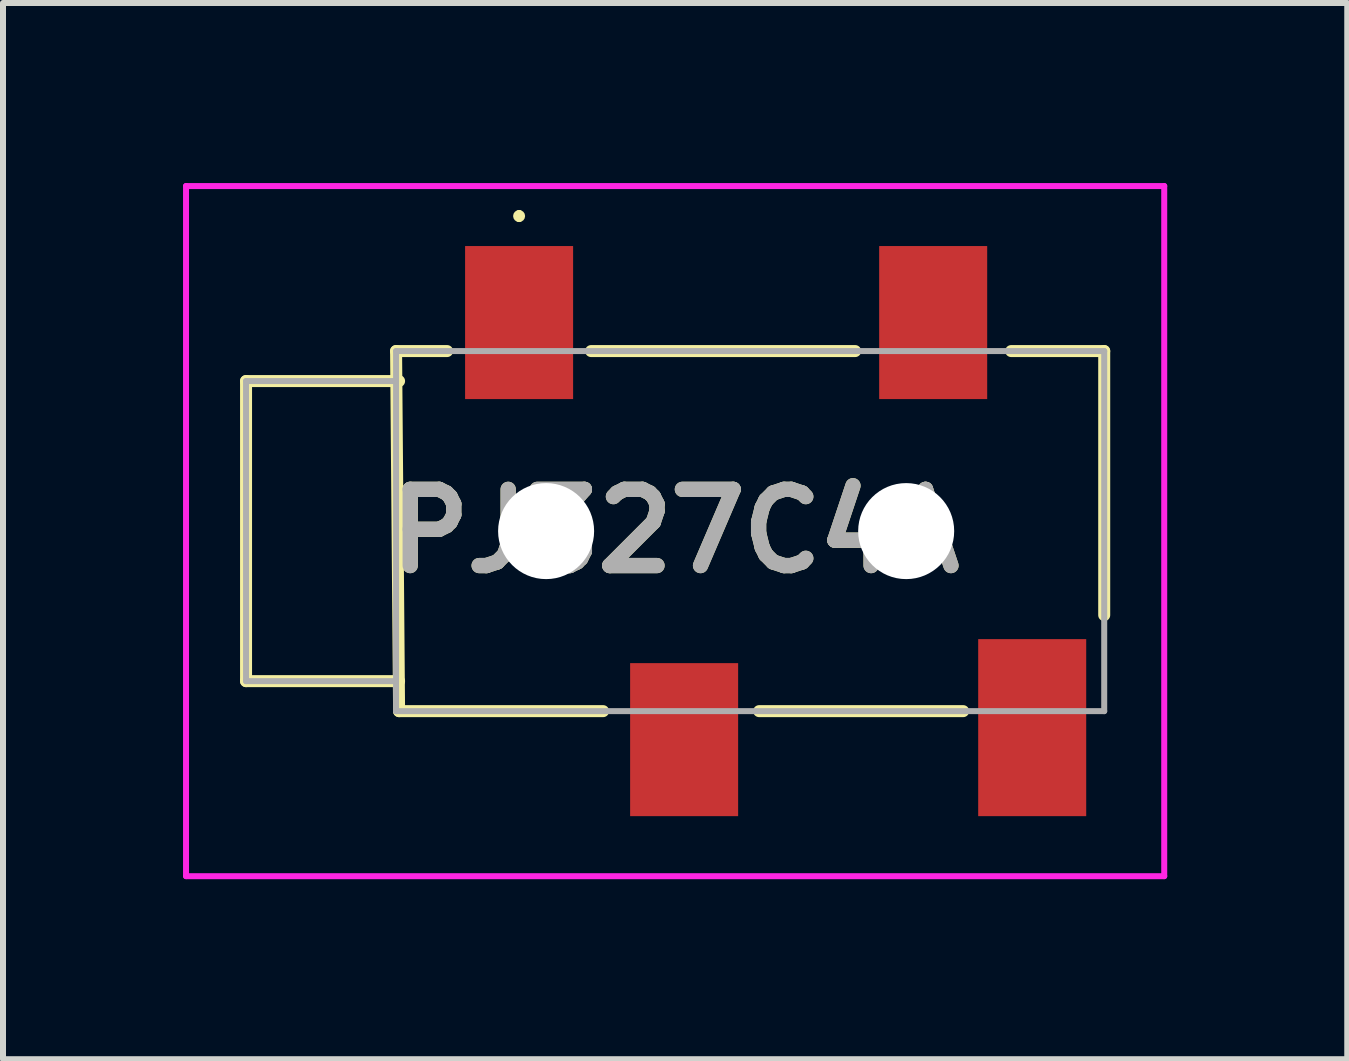
<source format=kicad_pcb>
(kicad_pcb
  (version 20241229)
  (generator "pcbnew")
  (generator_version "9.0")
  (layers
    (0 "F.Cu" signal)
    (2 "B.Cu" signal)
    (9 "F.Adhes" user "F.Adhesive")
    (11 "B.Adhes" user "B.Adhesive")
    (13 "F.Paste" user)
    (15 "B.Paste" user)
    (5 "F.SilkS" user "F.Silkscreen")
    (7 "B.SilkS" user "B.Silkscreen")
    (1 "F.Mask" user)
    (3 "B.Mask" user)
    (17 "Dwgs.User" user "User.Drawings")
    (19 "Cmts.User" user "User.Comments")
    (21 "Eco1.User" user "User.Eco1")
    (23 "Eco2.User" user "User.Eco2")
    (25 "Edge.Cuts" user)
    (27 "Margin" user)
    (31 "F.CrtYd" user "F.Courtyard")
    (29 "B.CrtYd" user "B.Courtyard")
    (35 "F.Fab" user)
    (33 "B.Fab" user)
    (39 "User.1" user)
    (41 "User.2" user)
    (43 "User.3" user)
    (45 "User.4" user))
  (footprint "PJ327C4A"
    (layer "F.Cu")
    (at 8.2 5.8)
    (property "Reference" "PJ327C4A" (at 0 0 0) (layer "F.SilkS") (effects (font (size 1.27 1.27) (thickness 0.254))))
    (attr through_hole)
    (fp_line (start -7.15 -2.5) (end -7.15 2.5) (stroke (width 0.2) (type solid)) (layer "F.SilkS"))
    (fp_line (start -7.15 2.5) (end -4.6 2.5) (stroke (width 0.2) (type solid)) (layer "F.SilkS"))
    (fp_line (start -4.65 -3) (end -3.8 -3) (stroke (width 0.2) (type solid)) (layer "F.SilkS"))
    (fp_line (start -4.6 -2.5) (end -7.15 -2.5) (stroke (width 0.2) (type solid)) (layer "F.SilkS"))
    (fp_line (start -4.6 3) (end -4.65 -3) (stroke (width 0.2) (type solid)) (layer "F.SilkS"))
    (fp_line (start -2.6 -5.3) (end -2.6 -5.3) (stroke (width 0.1) (type solid)) (layer "F.SilkS"))
    (fp_line (start -2.6 -5.2) (end -2.6 -5.2) (stroke (width 0.1) (type solid)) (layer "F.SilkS"))
    (fp_line (start -1.4 -3) (end 3 -3) (stroke (width 0.2) (type solid)) (layer "F.SilkS"))
    (fp_line (start -1.2 3) (end -4.6 3) (stroke (width 0.2) (type solid)) (layer "F.SilkS"))
    (fp_line (start 1.4 3) (end 4.8 3) (stroke (width 0.2) (type solid)) (layer "F.SilkS"))
    (fp_line (start 7.15 -3) (end 5.6 -3) (stroke (width 0.2) (type solid)) (layer "F.SilkS"))
    (fp_line (start 7.15 1.4) (end 7.15 -3) (stroke (width 0.2) (type solid)) (layer "F.SilkS"))
    (fp_arc (start -2.6 -5.3) (mid -2.55 -5.25) (end -2.6 -5.2) (stroke (width 0.1) (type solid)) (layer "F.SilkS"))
    (fp_arc (start -2.6 -5.2) (mid -2.65 -5.25) (end -2.6 -5.3) (stroke (width 0.1) (type solid)) (layer "F.SilkS"))
    (fp_line (start -8.15 -5.75) (end -8.15 5.75) (stroke (width 0.1) (type solid)) (layer "F.CrtYd"))
    (fp_line (start -8.15 5.75) (end 8.15 5.75) (stroke (width 0.1) (type solid)) (layer "F.CrtYd"))
    (fp_line (start 8.15 -5.75) (end -8.15 -5.75) (stroke (width 0.1) (type solid)) (layer "F.CrtYd"))
    (fp_line (start 8.15 5.75) (end 8.15 -5.75) (stroke (width 0.1) (type solid)) (layer "F.CrtYd"))
    (fp_line (start -7.15 -2.5) (end -4.65 -2.5) (stroke (width 0.1) (type solid)) (layer "F.Fab"))
    (fp_line (start -7.15 2.5) (end -7.15 -2.5) (stroke (width 0.1) (type solid)) (layer "F.Fab"))
    (fp_line (start -4.65 -3) (end -4.65 3) (stroke (width 0.1) (type solid)) (layer "F.Fab"))
    (fp_line (start -4.65 2.5) (end -7.15 2.5) (stroke (width 0.1) (type solid)) (layer "F.Fab"))
    (fp_line (start -4.65 3) (end 7.15 3) (stroke (width 0.1) (type solid)) (layer "F.Fab"))
    (fp_line (start 7.15 -3) (end -4.65 -3) (stroke (width 0.1) (type solid)) (layer "F.Fab"))
    (fp_line (start 7.15 3) (end 7.15 -3) (stroke (width 0.1) (type solid)) (layer "F.Fab"))
    (fp_text user "${REFERENCE}" (at 0 0 0) (layer "F.Fab") (effects (font (size 1.27 1.27) (thickness 0.254))))
    (pad "" np_thru_hole circle (at -2.15 0) (size 1.6 1.6) (drill 1.6) (layers "*.Cu" "*.Mask"))
    (pad "" np_thru_hole circle (at 3.85 0) (size 1.6 1.6) (drill 1.6) (layers "*.Cu" "*.Mask"))
    (pad "1" smd rect (at -2.6 -3.475) (size 1.8 2.55) (layers "F.Cu" "F.Mask" "F.Paste"))
    (pad "2" smd rect (at 4.3 -3.475) (size 1.8 2.55) (layers "F.Cu" "F.Mask" "F.Paste"))
    (pad "3" smd rect (at 0.15 3.475) (size 1.8 2.55) (layers "F.Cu" "F.Mask" "F.Paste"))
    (pad "4" smd rect (at 5.95 3.275) (size 1.8 2.95) (layers "F.Cu" "F.Mask" "F.Paste")))
  (gr_rect
    (start -3 -3)
    (end 19.4 14.6)
    (stroke (width 0.1) (type default))
    (fill no)
    (layer "Edge.Cuts")))
</source>
